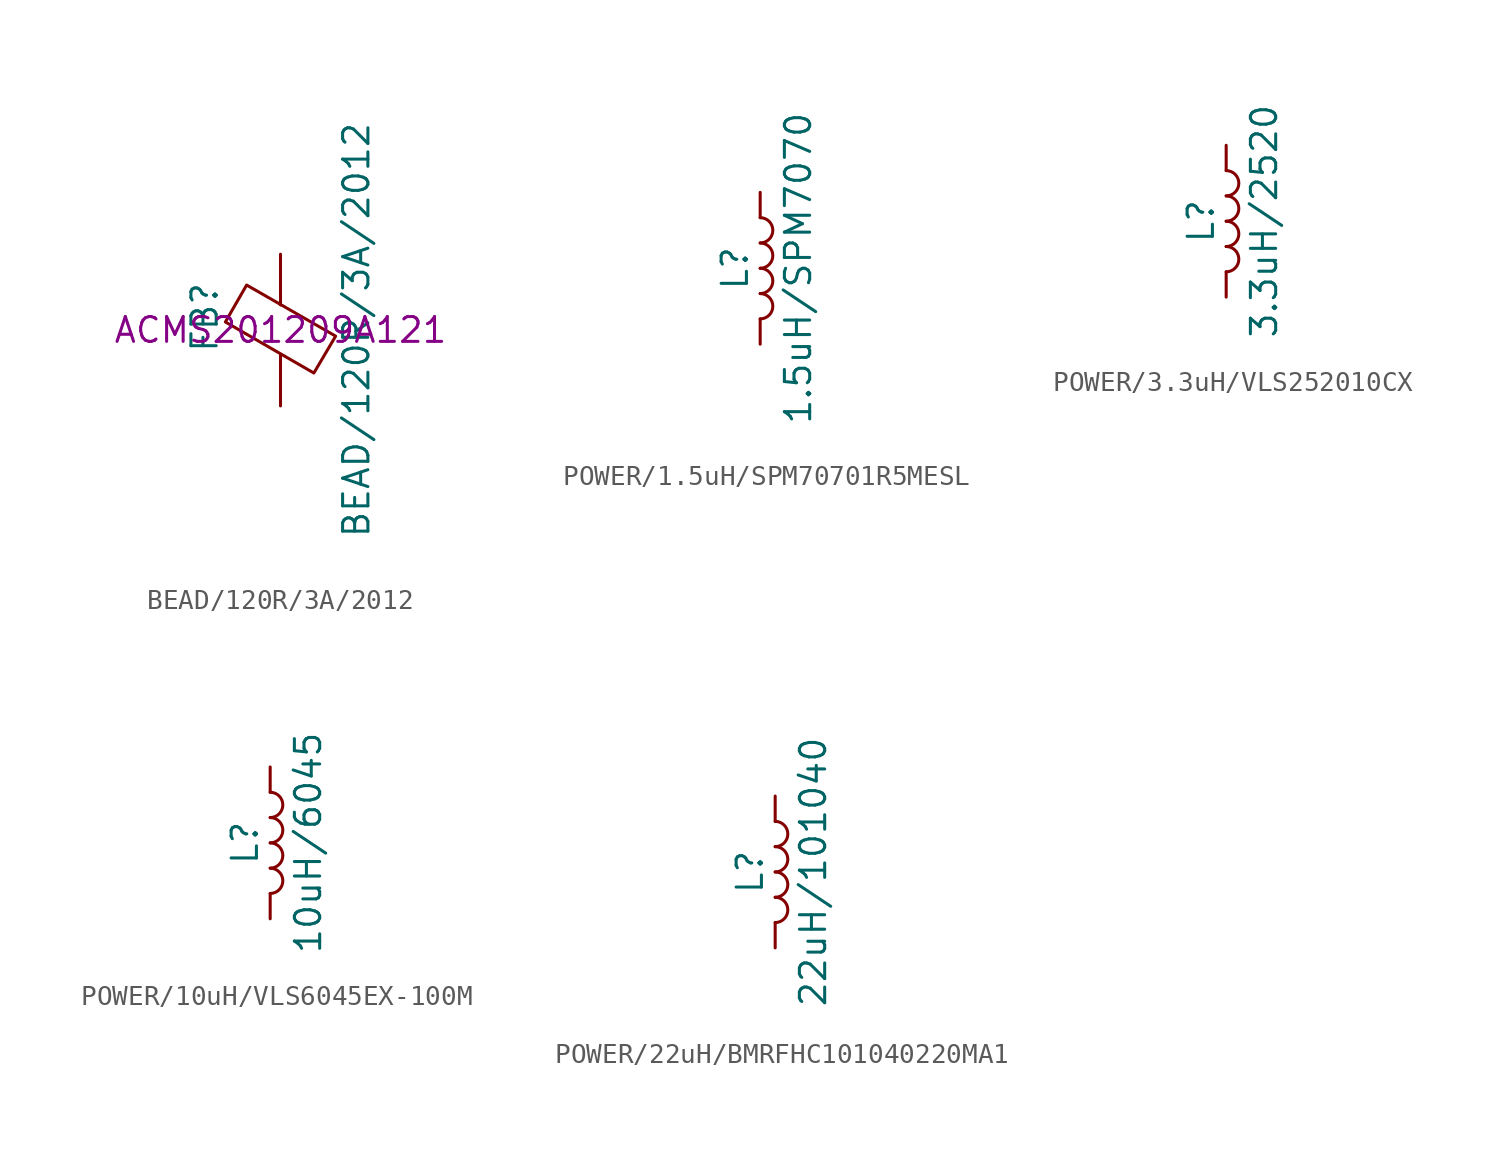
<source format=kicad_sym>
(kicad_symbol_lib
  (version 20220914)
  (generator kicad_symbol_editor)
  (symbol "BEAD/120R/3A/2012"
    (pin_numbers hide)
    (pin_names
      (offset 0))
    (property "Reference" "FB"
      (at -3.81 0.635 90)
      (effects (font (size 1.27 1.27))))
    (property "Value" "BEAD/120R/3A/2012"
      (at 3.81 0 90)
      (effects (font (size 1.27 1.27))))
    (property "PART NUMBER" "ACMS201209A121"
      (at 0 0 0)
      (effects (font (size 1.245 1.245))))
    (symbol "BEAD/120R/3A/2012_0_1"
      (polyline (pts (xy 0 -1.27) (xy 0 -1.219)) (stroke (width 0) (type default)) (fill (type none)))
      (polyline (pts (xy 0 1.27) (xy 0 1.295)) (stroke (width 0) (type default)) (fill (type none)))
      (polyline (pts (xy -2.769 0.406) (xy -1.702 2.261) (xy 2.769 -0.305) (xy 1.676 -2.159) (xy -2.769 0.406)) (stroke (width 0) (type default)) (fill (type none))))
    (symbol "BEAD/120R/3A/2012_1_1"
      (pin passive line (at 0 3.81 270) (length 2.54) (name "~" (effects (font (size 1.27 1.27)))) (number "1" (effects (font (size 1.27 1.27)))))
      (pin passive line (at 0 -3.81 90) (length 2.54) (name "~" (effects (font (size 1.27 1.27)))) (number "2" (effects (font (size 1.27 1.27)))))))
  (symbol "POWER/1.5uH/SPM70701R5MESL"
    (pin_numbers hide)
    (pin_names
      (offset 1.016) hide)
    (property "Reference" "L"
      (at -1.27 0 90)
      (effects (font (size 1.27 1.27))))
    (property "Value" "1.5uH/SPM7070"
      (at 1.905 0 90)
      (effects (font (size 1.27 1.27))))
    (symbol "POWER/1.5uH/SPM70701R5MESL_0_1"
      (arc (start 0 -2.54) (mid 0.6323 -1.905) (end 0 -1.27) (stroke (width 0) (type default)) (fill (type none)))
      (arc (start 0 -1.27) (mid 0.6323 -0.635) (end 0 0) (stroke (width 0) (type default)) (fill (type none)))
      (arc (start 0 0) (mid 0.6323 0.635) (end 0 1.27) (stroke (width 0) (type default)) (fill (type none)))
      (arc (start 0 1.27) (mid 0.6323 1.905) (end 0 2.54) (stroke (width 0) (type default)) (fill (type none))))
    (symbol "POWER/1.5uH/SPM70701R5MESL_1_1"
      (pin passive line (at 0 3.81 270) (length 1.27) (name "1" (effects (font (size 1.27 1.27)))) (number "1" (effects (font (size 1.27 1.27)))))
      (pin passive line (at 0 -3.81 90) (length 1.27) (name "2" (effects (font (size 1.27 1.27)))) (number "2" (effects (font (size 1.27 1.27)))))))
  (symbol "POWER/3.3uH/VLS252010CX"
    (pin_numbers hide)
    (pin_names
      (offset 1.016) hide)
    (property "Reference" "L"
      (at -1.27 0 90)
      (effects (font (size 1.27 1.27))))
    (property "Value" "3.3uH/2520"
      (at 1.905 0 90)
      (effects (font (size 1.27 1.27))))
    (symbol "POWER/3.3uH/VLS252010CX_0_1"
      (arc (start 0 -2.54) (mid 0.6323 -1.905) (end 0 -1.27) (stroke (width 0) (type default)) (fill (type none)))
      (arc (start 0 -1.27) (mid 0.6323 -0.635) (end 0 0) (stroke (width 0) (type default)) (fill (type none)))
      (arc (start 0 0) (mid 0.6323 0.635) (end 0 1.27) (stroke (width 0) (type default)) (fill (type none)))
      (arc (start 0 1.27) (mid 0.6323 1.905) (end 0 2.54) (stroke (width 0) (type default)) (fill (type none))))
    (symbol "POWER/3.3uH/VLS252010CX_1_1"
      (pin passive line (at 0 3.81 270) (length 1.27) (name "1" (effects (font (size 1.27 1.27)))) (number "1" (effects (font (size 1.27 1.27)))))
      (pin passive line (at 0 -3.81 90) (length 1.27) (name "2" (effects (font (size 1.27 1.27)))) (number "2" (effects (font (size 1.27 1.27)))))))
  (symbol "POWER/10uH/VLS6045EX-100M"
    (pin_numbers hide)
    (pin_names
      (offset 1.016) hide)
    (property "Reference" "L"
      (at -1.27 0 90)
      (effects (font (size 1.27 1.27))))
    (property "Value" "10uH/6045"
      (at 1.905 0 90)
      (effects (font (size 1.27 1.27))))
    (symbol "POWER/10uH/VLS6045EX-100M_0_1"
      (arc (start 0 -2.54) (mid 0.6323 -1.905) (end 0 -1.27) (stroke (width 0) (type default)) (fill (type none)))
      (arc (start 0 -1.27) (mid 0.6323 -0.635) (end 0 0) (stroke (width 0) (type default)) (fill (type none)))
      (arc (start 0 0) (mid 0.6323 0.635) (end 0 1.27) (stroke (width 0) (type default)) (fill (type none)))
      (arc (start 0 1.27) (mid 0.6323 1.905) (end 0 2.54) (stroke (width 0) (type default)) (fill (type none))))
    (symbol "POWER/10uH/VLS6045EX-100M_1_1"
      (pin passive line (at 0 3.81 270) (length 1.27) (name "1" (effects (font (size 1.27 1.27)))) (number "1" (effects (font (size 1.27 1.27)))))
      (pin passive line (at 0 -3.81 90) (length 1.27) (name "2" (effects (font (size 1.27 1.27)))) (number "2" (effects (font (size 1.27 1.27)))))))
  (symbol "POWER/22uH/BMRFHC101040220MA1"
    (pin_numbers hide)
    (pin_names
      (offset 1.016) hide)
    (property "Reference" "L"
      (at -1.27 0 90)
      (effects (font (size 1.27 1.27))))
    (property "Value" "22uH/101040"
      (at 1.905 0 90)
      (effects (font (size 1.27 1.27))))
    (symbol "POWER/22uH/BMRFHC101040220MA1_0_1"
      (arc (start 0 -2.54) (mid 0.6323 -1.905) (end 0 -1.27) (stroke (width 0) (type default)) (fill (type none)))
      (arc (start 0 -1.27) (mid 0.6323 -0.635) (end 0 0) (stroke (width 0) (type default)) (fill (type none)))
      (arc (start 0 0) (mid 0.6323 0.635) (end 0 1.27) (stroke (width 0) (type default)) (fill (type none)))
      (arc (start 0 1.27) (mid 0.6323 1.905) (end 0 2.54) (stroke (width 0) (type default)) (fill (type none))))
    (symbol "POWER/22uH/BMRFHC101040220MA1_1_1"
      (pin passive line (at 0 3.81 270) (length 1.27) (name "1" (effects (font (size 1.27 1.27)))) (number "1" (effects (font (size 1.27 1.27)))))
      (pin passive line (at 0 -3.81 90) (length 1.27) (name "2" (effects (font (size 1.27 1.27)))) (number "2" (effects (font (size 1.27 1.27))))))))
</source>
